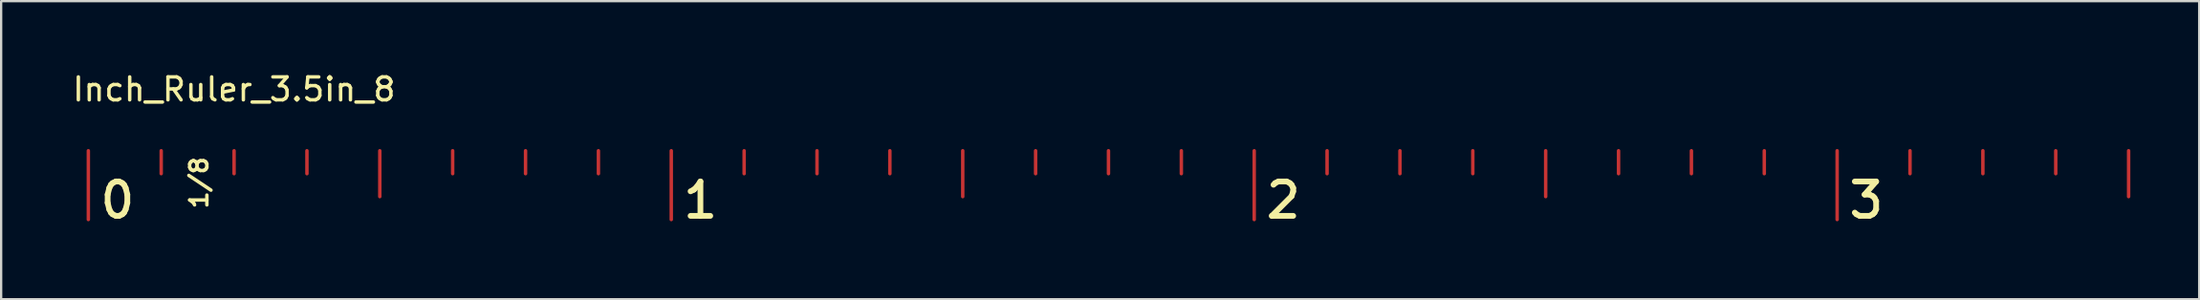
<source format=kicad_pcb>
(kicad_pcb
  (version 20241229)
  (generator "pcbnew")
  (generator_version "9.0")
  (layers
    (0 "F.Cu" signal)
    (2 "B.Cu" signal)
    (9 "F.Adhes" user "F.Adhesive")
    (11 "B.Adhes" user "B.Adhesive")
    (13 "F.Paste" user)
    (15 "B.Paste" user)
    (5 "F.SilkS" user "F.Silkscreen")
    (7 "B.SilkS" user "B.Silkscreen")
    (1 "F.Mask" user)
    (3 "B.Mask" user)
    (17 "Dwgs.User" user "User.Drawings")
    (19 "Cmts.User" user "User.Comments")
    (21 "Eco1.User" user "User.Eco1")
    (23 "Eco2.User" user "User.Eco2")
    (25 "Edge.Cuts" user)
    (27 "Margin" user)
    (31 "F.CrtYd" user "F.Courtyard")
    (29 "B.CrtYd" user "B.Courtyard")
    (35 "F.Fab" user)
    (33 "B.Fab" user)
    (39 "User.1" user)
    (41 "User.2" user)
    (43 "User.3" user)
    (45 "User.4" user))
  (footprint "Inch_Ruler_3.5in_8"
    (layer "F.Cu")
    (at 0.799 3.523)
    (property "Reference" "Inch_Ruler_3.5in_8" (at 6.35 -2.675 0) (layer "F.SilkS") (effects (font (size 1 1) (thickness 0.15))))
    (attr through_hole)
    (fp_line (start 0 0) (end 0 3) (stroke (width 0.15) (type solid)) (layer "F.Cu"))
    (fp_line (start 3.175 0) (end 3.175 1) (stroke (width 0.15) (type solid)) (layer "F.Cu"))
    (fp_line (start 6.35 0) (end 6.35 1) (stroke (width 0.15) (type solid)) (layer "F.Cu"))
    (fp_line (start 9.525 0) (end 9.525 1) (stroke (width 0.15) (type solid)) (layer "F.Cu"))
    (fp_line (start 12.7 0) (end 12.7 2) (stroke (width 0.15) (type solid)) (layer "F.Cu"))
    (fp_line (start 15.875 0) (end 15.875 1) (stroke (width 0.15) (type solid)) (layer "F.Cu"))
    (fp_line (start 19.05 0) (end 19.05 1) (stroke (width 0.15) (type solid)) (layer "F.Cu"))
    (fp_line (start 22.225 0) (end 22.225 1) (stroke (width 0.15) (type solid)) (layer "F.Cu"))
    (fp_line (start 25.4 0) (end 25.4 3) (stroke (width 0.15) (type solid)) (layer "F.Cu"))
    (fp_line (start 28.575 0) (end 28.575 1) (stroke (width 0.15) (type solid)) (layer "F.Cu"))
    (fp_line (start 31.75 0) (end 31.75 1) (stroke (width 0.15) (type solid)) (layer "F.Cu"))
    (fp_line (start 34.925 0) (end 34.925 1) (stroke (width 0.15) (type solid)) (layer "F.Cu"))
    (fp_line (start 38.1 0) (end 38.1 2) (stroke (width 0.15) (type solid)) (layer "F.Cu"))
    (fp_line (start 41.275 0) (end 41.275 1) (stroke (width 0.15) (type solid)) (layer "F.Cu"))
    (fp_line (start 44.45 0) (end 44.45 1) (stroke (width 0.15) (type solid)) (layer "F.Cu"))
    (fp_line (start 47.625 0) (end 47.625 1) (stroke (width 0.15) (type solid)) (layer "F.Cu"))
    (fp_line (start 50.8 0) (end 50.8 3) (stroke (width 0.15) (type solid)) (layer "F.Cu"))
    (fp_line (start 53.975 0) (end 53.975 1) (stroke (width 0.15) (type solid)) (layer "F.Cu"))
    (fp_line (start 57.15 0) (end 57.15 1) (stroke (width 0.15) (type solid)) (layer "F.Cu"))
    (fp_line (start 60.325 0) (end 60.325 1) (stroke (width 0.15) (type solid)) (layer "F.Cu"))
    (fp_line (start 63.5 0) (end 63.5 2) (stroke (width 0.15) (type solid)) (layer "F.Cu"))
    (fp_line (start 66.675 0) (end 66.675 1) (stroke (width 0.15) (type solid)) (layer "F.Cu"))
    (fp_line (start 69.85 0) (end 69.85 1) (stroke (width 0.15) (type solid)) (layer "F.Cu"))
    (fp_line (start 73.025 0) (end 73.025 1) (stroke (width 0.15) (type solid)) (layer "F.Cu"))
    (fp_line (start 76.2 0) (end 76.2 3) (stroke (width 0.15) (type solid)) (layer "F.Cu"))
    (fp_line (start 79.375 0) (end 79.375 1) (stroke (width 0.15) (type solid)) (layer "F.Cu"))
    (fp_line (start 82.55 0) (end 82.55 1) (stroke (width 0.15) (type solid)) (layer "F.Cu"))
    (fp_line (start 85.725 0) (end 85.725 1) (stroke (width 0.15) (type solid)) (layer "F.Cu"))
    (fp_line (start 88.9 0) (end 88.9 2) (stroke (width 0.15) (type solid)) (layer "F.Cu"))
    (fp_line (start 0 0) (end 0 3) (stroke (width 0.15) (type solid)) (layer "F.Mask"))
    (fp_line (start 3.175 0) (end 3.175 1) (stroke (width 0.15) (type solid)) (layer "F.Mask"))
    (fp_line (start 6.35 0) (end 6.35 1) (stroke (width 0.15) (type solid)) (layer "F.Mask"))
    (fp_line (start 9.525 0) (end 9.525 1) (stroke (width 0.15) (type solid)) (layer "F.Mask"))
    (fp_line (start 12.7 0) (end 12.7 2) (stroke (width 0.15) (type solid)) (layer "F.Mask"))
    (fp_line (start 15.875 0) (end 15.875 1) (stroke (width 0.15) (type solid)) (layer "F.Mask"))
    (fp_line (start 19.05 0) (end 19.05 1) (stroke (width 0.15) (type solid)) (layer "F.Mask"))
    (fp_line (start 22.225 0) (end 22.225 1) (stroke (width 0.15) (type solid)) (layer "F.Mask"))
    (fp_line (start 25.4 0) (end 25.4 3) (stroke (width 0.15) (type solid)) (layer "F.Mask"))
    (fp_line (start 28.575 0) (end 28.575 1) (stroke (width 0.15) (type solid)) (layer "F.Mask"))
    (fp_line (start 31.75 0) (end 31.75 1) (stroke (width 0.15) (type solid)) (layer "F.Mask"))
    (fp_line (start 34.925 0) (end 34.925 1) (stroke (width 0.15) (type solid)) (layer "F.Mask"))
    (fp_line (start 38.1 0) (end 38.1 2) (stroke (width 0.15) (type solid)) (layer "F.Mask"))
    (fp_line (start 41.275 0) (end 41.275 1) (stroke (width 0.15) (type solid)) (layer "F.Mask"))
    (fp_line (start 44.45 0) (end 44.45 1) (stroke (width 0.15) (type solid)) (layer "F.Mask"))
    (fp_line (start 47.625 0) (end 47.625 1) (stroke (width 0.15) (type solid)) (layer "F.Mask"))
    (fp_line (start 50.8 0) (end 50.8 3) (stroke (width 0.15) (type solid)) (layer "F.Mask"))
    (fp_line (start 53.975 0) (end 53.975 1) (stroke (width 0.15) (type solid)) (layer "F.Mask"))
    (fp_line (start 57.15 0) (end 57.15 1) (stroke (width 0.15) (type solid)) (layer "F.Mask"))
    (fp_line (start 60.325 0) (end 60.325 1) (stroke (width 0.15) (type solid)) (layer "F.Mask"))
    (fp_line (start 63.5 0) (end 63.5 2) (stroke (width 0.15) (type solid)) (layer "F.Mask"))
    (fp_line (start 66.675 0) (end 66.675 1) (stroke (width 0.15) (type solid)) (layer "F.Mask"))
    (fp_line (start 69.85 0) (end 69.85 1) (stroke (width 0.15) (type solid)) (layer "F.Mask"))
    (fp_line (start 73.025 0) (end 73.025 1) (stroke (width 0.15) (type solid)) (layer "F.Mask"))
    (fp_line (start 76.2 0) (end 76.2 3) (stroke (width 0.15) (type solid)) (layer "F.Mask"))
    (fp_line (start 79.375 0) (end 79.375 1) (stroke (width 0.15) (type solid)) (layer "F.Mask"))
    (fp_line (start 82.55 0) (end 82.55 1) (stroke (width 0.15) (type solid)) (layer "F.Mask"))
    (fp_line (start 85.725 0) (end 85.725 1) (stroke (width 0.15) (type solid)) (layer "F.Mask"))
    (fp_line (start 88.9 0) (end 88.9 2) (stroke (width 0.15) (type solid)) (layer "F.Mask"))
    (fp_text user "3" (at 77.47 2.159 0) (layer "F.SilkS") (effects (font (size 1.5 1.5) (thickness 0.25))))
    (fp_text user "0" (at 1.27 2.159 0) (layer "F.SilkS") (effects (font (size 1.5 1.5) (thickness 0.25))))
    (fp_text user "2" (at 52.07 2.159 0) (layer "F.SilkS") (effects (font (size 1.5 1.5) (thickness 0.25))))
    (fp_text user "1" (at 26.67 2.159 0) (layer "F.SilkS") (effects (font (size 1.5 1.5) (thickness 0.25))))
    (fp_text user "1/8" (at 4.826 1.397 90) (layer "F.SilkS") (effects (font (size 0.75 0.75) (thickness 0.15)))))
  (gr_rect
    (start -3 -3)
    (end 92.774 9.998)
    (stroke (width 0.1) (type default))
    (fill no)
    (layer "Edge.Cuts")))
</source>
